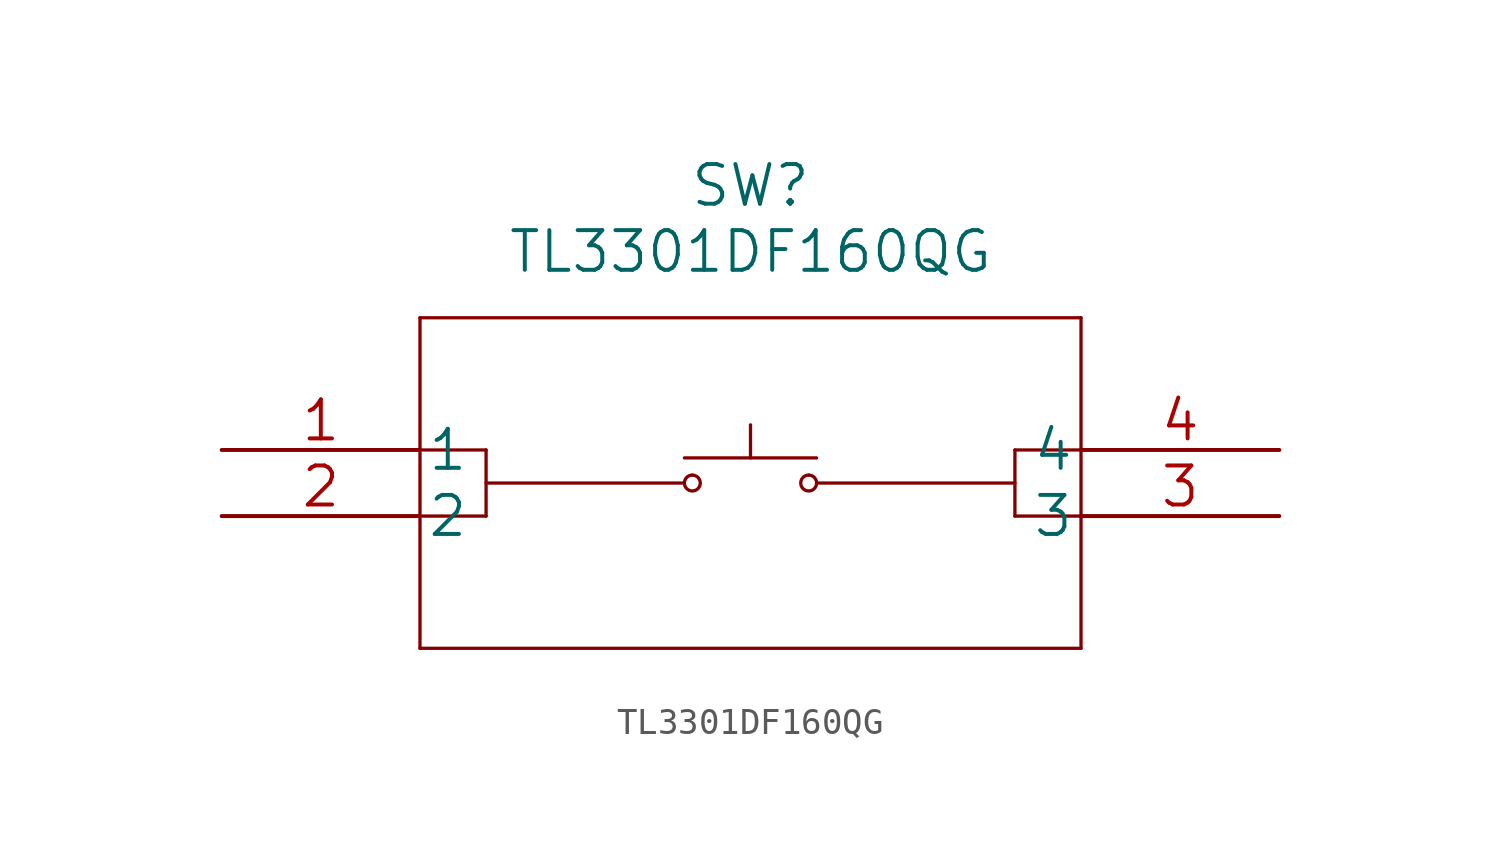
<source format=kicad_sym>
(kicad_symbol_lib
  (version 20220914)
  (generator kicad_symbol_editor)
  (symbol "TL3301DF160QG"
    (pin_names
      (offset 0.254))
    (property "Reference" "SW"
      (at 20.32 10.16 0)
      (effects (font (size 1.524 1.524))))
    (property "Value" "TL3301DF160QG"
      (at 20.32 7.62 0)
      (effects (font (size 1.524 1.524))))
    (property "Datasheet" ""
      (at 0 0 0)
      (effects (font (size 1.524 1.524))))
    (property "ki_locked" ""
      (at 0 0 0)
      (effects (font (size 1.27 1.27))))
    (symbol "TL3301DF160QG_1_1"
      (polyline (pts (xy 7.62 -7.62) (xy 33.02 -7.62)) (stroke (width 0.127) (type solid)) (fill (type none)))
      (polyline (pts (xy 7.62 0) (xy 10.16 0)) (stroke (width 0.127) (type solid)) (fill (type none)))
      (polyline (pts (xy 7.62 5.08) (xy 7.62 -7.62)) (stroke (width 0.127) (type solid)) (fill (type none)))
      (polyline (pts (xy 10.16 -2.54) (xy 7.62 -2.54)) (stroke (width 0.127) (type solid)) (fill (type none)))
      (polyline (pts (xy 10.16 -1.27) (xy 17.78 -1.27)) (stroke (width 0.127) (type solid)) (fill (type none)))
      (polyline (pts (xy 10.16 0) (xy 10.16 -2.54)) (stroke (width 0.127) (type solid)) (fill (type none)))
      (polyline (pts (xy 17.78 -0.305) (xy 22.86 -0.305)) (stroke (width 0.127) (type solid)) (fill (type none)))
      (polyline (pts (xy 20.32 -0.305) (xy 20.32 0.965)) (stroke (width 0.127) (type solid)) (fill (type none)))
      (polyline (pts (xy 30.48 -2.54) (xy 33.02 -2.54)) (stroke (width 0.127) (type solid)) (fill (type none)))
      (polyline (pts (xy 30.48 -1.27) (xy 22.86 -1.27)) (stroke (width 0.127) (type solid)) (fill (type none)))
      (polyline (pts (xy 30.48 0) (xy 30.48 -2.54)) (stroke (width 0.127) (type solid)) (fill (type none)))
      (polyline (pts (xy 33.02 -7.62) (xy 33.02 5.08)) (stroke (width 0.127) (type solid)) (fill (type none)))
      (polyline (pts (xy 33.02 0) (xy 30.48 0)) (stroke (width 0.127) (type solid)) (fill (type none)))
      (polyline (pts (xy 33.02 5.08) (xy 7.62 5.08)) (stroke (width 0.127) (type solid)) (fill (type none)))
      (circle (center 18.085 -1.27) (radius 0.305) (stroke (width 0.127) (type solid)) (fill (type none)))
      (arc (start 18.0848 -0.9652) (mid 18.0848 -1.5748) (end 18.0848 -0.9652) (stroke (width 0.127) (type solid)) (fill (type none)))
      (circle (center 22.555 -1.27) (radius 0.305) (stroke (width 0.127) (type solid)) (fill (type none)))
      (arc (start 22.5552 -0.9652) (mid 22.5552 -1.5748) (end 22.5552 -0.9652) (stroke (width 0.127) (type solid)) (fill (type none)))
      (pin unspecified line (at 0 0 0) (length 7.62) (name "1" (effects (font (size 1.499 1.499)))) (number "1" (effects (font (size 1.499 1.499)))))
      (pin unspecified line (at 0 -2.54 0) (length 7.62) (name "2" (effects (font (size 1.499 1.499)))) (number "2" (effects (font (size 1.499 1.499)))))
      (pin unspecified line (at 40.64 -2.54 180) (length 7.62) (name "3" (effects (font (size 1.499 1.499)))) (number "3" (effects (font (size 1.499 1.499)))))
      (pin unspecified line (at 40.64 0 180) (length 7.62) (name "4" (effects (font (size 1.499 1.499)))) (number "4" (effects (font (size 1.499 1.499))))))))
</source>
